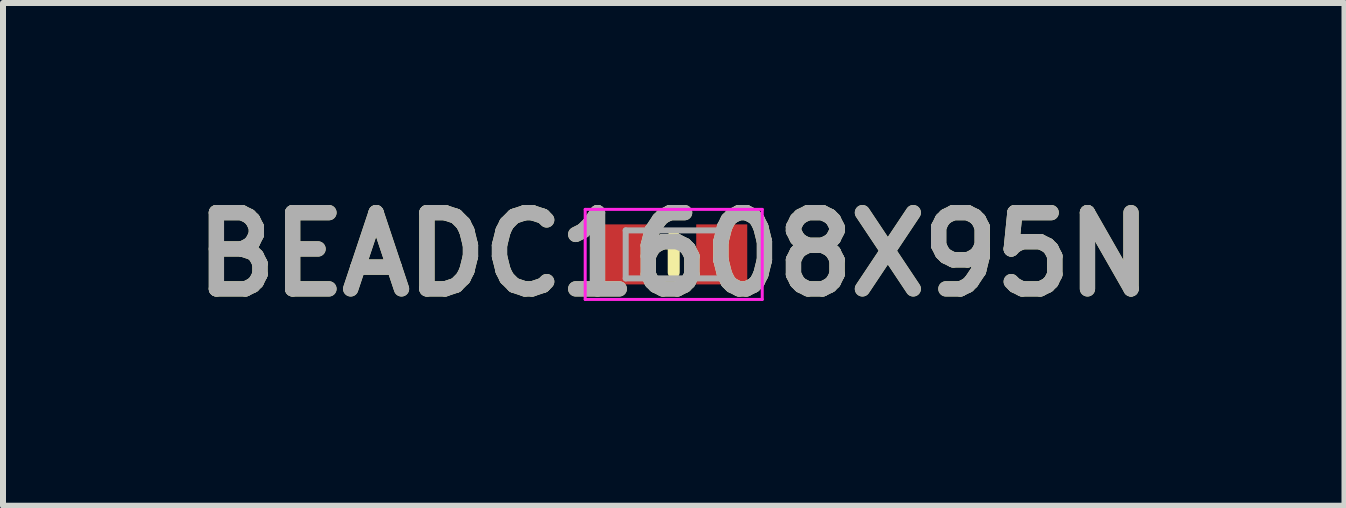
<source format=kicad_pcb>
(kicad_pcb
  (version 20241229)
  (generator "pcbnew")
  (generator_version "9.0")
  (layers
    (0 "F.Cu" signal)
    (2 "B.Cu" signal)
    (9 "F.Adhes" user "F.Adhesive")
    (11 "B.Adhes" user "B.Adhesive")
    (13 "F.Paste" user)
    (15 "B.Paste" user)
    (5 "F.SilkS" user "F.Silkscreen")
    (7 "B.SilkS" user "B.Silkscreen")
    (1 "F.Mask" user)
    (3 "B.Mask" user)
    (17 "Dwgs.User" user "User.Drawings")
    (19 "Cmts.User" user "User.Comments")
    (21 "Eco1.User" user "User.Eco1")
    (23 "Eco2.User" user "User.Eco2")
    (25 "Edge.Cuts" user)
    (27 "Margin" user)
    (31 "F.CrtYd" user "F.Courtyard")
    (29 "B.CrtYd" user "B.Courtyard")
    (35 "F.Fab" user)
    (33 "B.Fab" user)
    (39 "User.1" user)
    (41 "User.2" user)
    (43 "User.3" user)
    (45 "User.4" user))
  (footprint "BEADC1608X95N"
    (layer "F.Cu")
    (at 8.176 1.189)
    (property "Reference" "BEADC1608X95N" (at 0 0 0) (layer "F.SilkS") (effects (font (size 1.27 1.27) (thickness 0.254))))
    (attr smd)
    (fp_line (start 0 -0.3) (end 0 0.3) (stroke (width 0.2) (type solid)) (layer "F.SilkS"))
    (fp_line (start -1.475 -0.75) (end 1.475 -0.75) (stroke (width 0.05) (type solid)) (layer "F.CrtYd"))
    (fp_line (start -1.475 0.75) (end -1.475 -0.75) (stroke (width 0.05) (type solid)) (layer "F.CrtYd"))
    (fp_line (start 1.475 -0.75) (end 1.475 0.75) (stroke (width 0.05) (type solid)) (layer "F.CrtYd"))
    (fp_line (start 1.475 0.75) (end -1.475 0.75) (stroke (width 0.05) (type solid)) (layer "F.CrtYd"))
    (fp_line (start -0.8 -0.4) (end 0.8 -0.4) (stroke (width 0.1) (type solid)) (layer "F.Fab"))
    (fp_line (start -0.8 0.4) (end -0.8 -0.4) (stroke (width 0.1) (type solid)) (layer "F.Fab"))
    (fp_line (start 0.8 -0.4) (end 0.8 0.4) (stroke (width 0.1) (type solid)) (layer "F.Fab"))
    (fp_line (start 0.8 0.4) (end -0.8 0.4) (stroke (width 0.1) (type solid)) (layer "F.Fab"))
    (fp_text user "${REFERENCE}" (at 0 0 0) (layer "F.Fab") (effects (font (size 1.27 1.27) (thickness 0.254))))
    (pad "1" smd rect (at -0.8 0) (size 0.85 1) (layers "F.Cu" "F.Mask" "F.Paste"))
    (pad "2" smd rect (at 0.8 0) (size 0.85 1) (layers "F.Cu" "F.Mask" "F.Paste")))
  (gr_rect
    (start -3 -3)
    (end 19.353 5.377)
    (stroke (width 0.1) (type default))
    (fill no)
    (layer "Edge.Cuts")))
</source>
